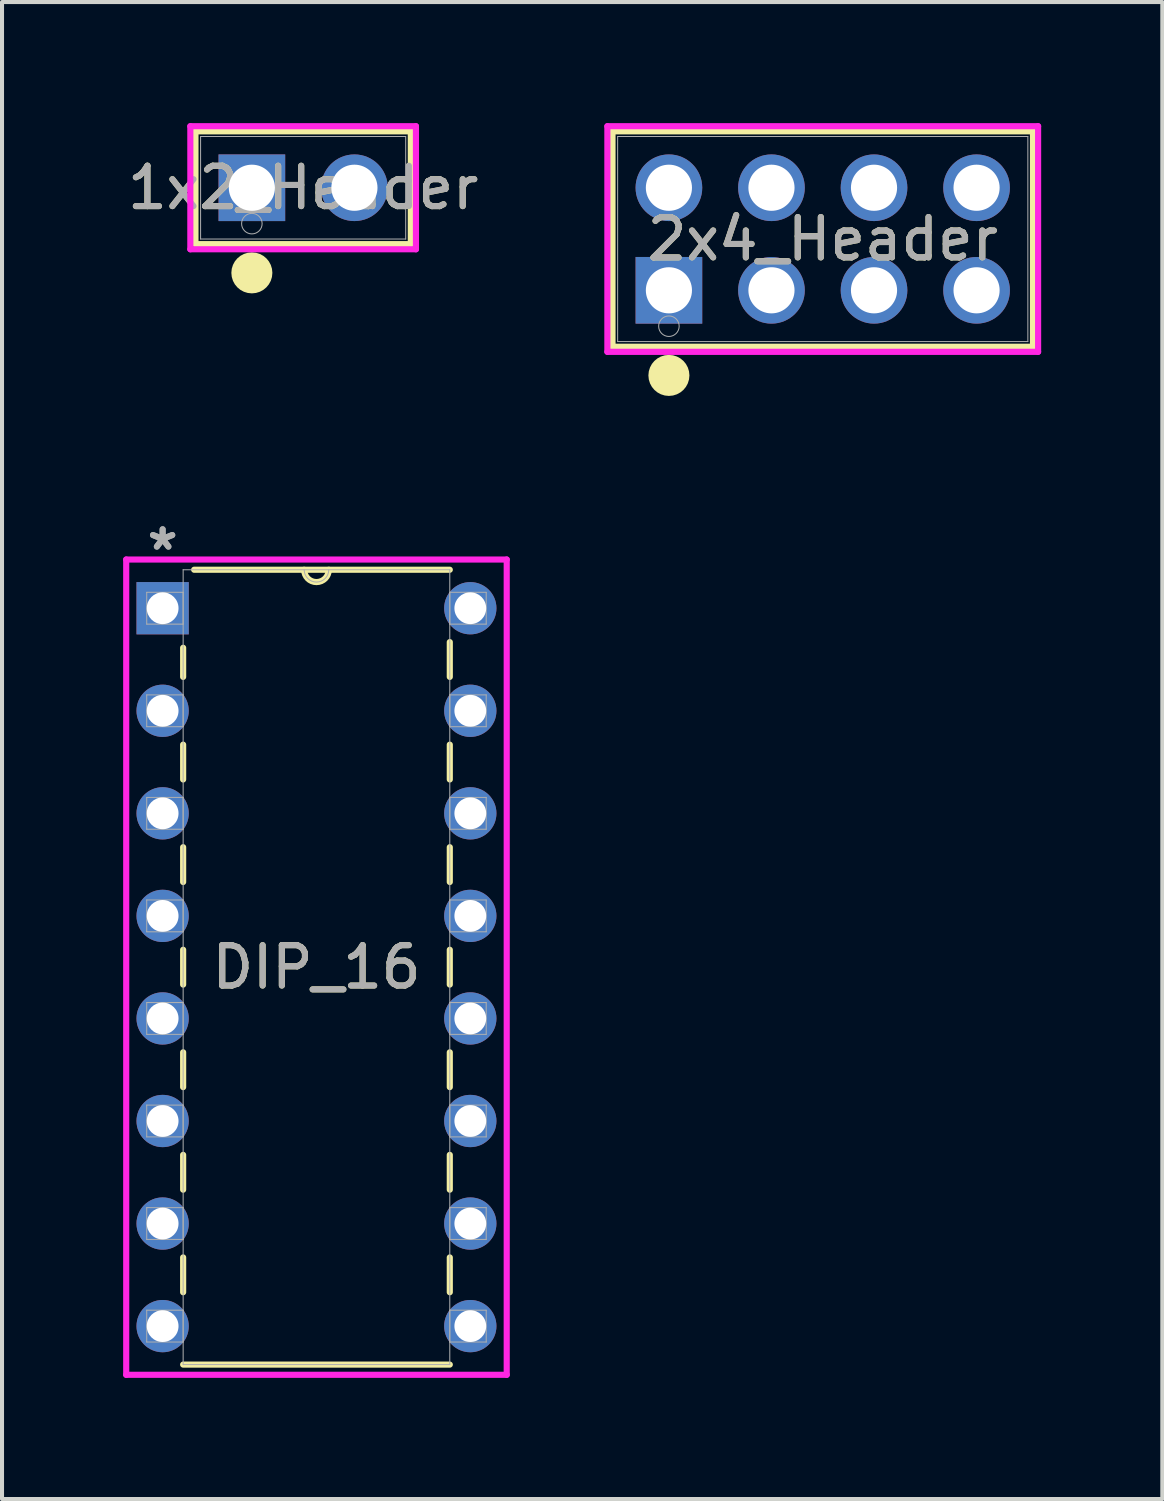
<source format=kicad_pcb>
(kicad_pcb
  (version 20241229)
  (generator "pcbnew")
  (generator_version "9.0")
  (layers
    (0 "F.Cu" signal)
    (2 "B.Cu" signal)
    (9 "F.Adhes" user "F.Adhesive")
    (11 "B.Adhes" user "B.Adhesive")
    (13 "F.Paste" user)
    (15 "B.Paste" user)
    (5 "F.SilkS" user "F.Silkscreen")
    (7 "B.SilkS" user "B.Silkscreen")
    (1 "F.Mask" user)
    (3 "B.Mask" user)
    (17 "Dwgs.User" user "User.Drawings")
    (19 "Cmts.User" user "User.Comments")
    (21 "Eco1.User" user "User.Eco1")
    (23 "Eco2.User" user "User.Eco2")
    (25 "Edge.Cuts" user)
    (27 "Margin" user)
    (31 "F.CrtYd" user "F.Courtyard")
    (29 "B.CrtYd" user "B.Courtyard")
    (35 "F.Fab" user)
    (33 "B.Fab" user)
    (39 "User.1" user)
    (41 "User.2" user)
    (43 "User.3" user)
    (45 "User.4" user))
  (footprint "2x4_Header"
    (layer "F.Cu")
    (at 13.517 4.14)
    (property "Reference" "2x4_Header" (at 3.81 -1.27 0) (unlocked yes) (layer "F.SilkS") (effects (font (size 1 1) (thickness 0.15))))
    (attr through_hole)
    (fp_line (start -1.397 -3.937) (end -1.397 1.397) (stroke (width 0.152) (type solid)) (layer "F.SilkS"))
    (fp_line (start -1.397 1.397) (end 9.017 1.397) (stroke (width 0.152) (type solid)) (layer "F.SilkS"))
    (fp_line (start 9.017 -3.937) (end -1.397 -3.937) (stroke (width 0.152) (type solid)) (layer "F.SilkS"))
    (fp_line (start 9.017 1.397) (end 9.017 -3.937) (stroke (width 0.152) (type solid)) (layer "F.SilkS"))
    (fp_circle (center 0 2.108) (end 0.254 2.108) (stroke (width 0.508) (type solid)) (fill no) (layer "F.SilkS"))
    (fp_line (start -1.524 -4.064) (end -1.524 1.524) (stroke (width 0.152) (type solid)) (layer "F.CrtYd"))
    (fp_line (start -1.524 1.524) (end 9.144 1.524) (stroke (width 0.152) (type solid)) (layer "F.CrtYd"))
    (fp_line (start 9.144 -4.064) (end -1.524 -4.064) (stroke (width 0.152) (type solid)) (layer "F.CrtYd"))
    (fp_line (start 9.144 1.524) (end 9.144 -4.064) (stroke (width 0.152) (type solid)) (layer "F.CrtYd"))
    (fp_line (start -1.27 -3.81) (end -1.27 1.27) (stroke (width 0.025) (type solid)) (layer "F.Fab"))
    (fp_line (start -1.27 1.27) (end 8.89 1.27) (stroke (width 0.025) (type solid)) (layer "F.Fab"))
    (fp_line (start 8.89 -3.81) (end -1.27 -3.81) (stroke (width 0.025) (type solid)) (layer "F.Fab"))
    (fp_line (start 8.89 1.27) (end 8.89 -3.81) (stroke (width 0.025) (type solid)) (layer "F.Fab"))
    (fp_circle (center 0 0.889) (end 0.254 0.889) (stroke (width 0.025) (type solid)) (fill no) (layer "F.Fab"))
    (fp_text user "${REFERENCE}" (at 3.81 -1.27 0) (unlocked yes) (layer "F.Fab") (effects (font (size 1 1) (thickness 0.15))))
    (pad "1" thru_hole rect (at 0 0) (size 1.651 1.651) (drill 1.143) (layers "*.Cu" "*.Mask"))
    (pad "2" thru_hole circle (at 0 -2.54) (size 1.651 1.651) (drill 1.143) (layers "*.Cu" "*.Mask"))
    (pad "3" thru_hole circle (at 2.54 0) (size 1.651 1.651) (drill 1.143) (layers "*.Cu" "*.Mask"))
    (pad "4" thru_hole circle (at 2.54 -2.54) (size 1.651 1.651) (drill 1.143) (layers "*.Cu" "*.Mask"))
    (pad "5" thru_hole circle (at 5.08 0) (size 1.651 1.651) (drill 1.143) (layers "*.Cu" "*.Mask"))
    (pad "6" thru_hole circle (at 5.08 -2.54) (size 1.651 1.651) (drill 1.143) (layers "*.Cu" "*.Mask"))
    (pad "7" thru_hole circle (at 7.62 0) (size 1.651 1.651) (drill 1.143) (layers "*.Cu" "*.Mask"))
    (pad "8" thru_hole circle (at 7.62 -2.54) (size 1.651 1.651) (drill 1.143) (layers "*.Cu" "*.Mask")))
  (footprint "1x2_Header"
    (layer "F.Cu")
    (at 3.188 1.6)
    (property "Reference" "1x2_Header" (at 1.27 0 0) (unlocked yes) (layer "F.SilkS") (effects (font (size 1 1) (thickness 0.15))))
    (attr through_hole)
    (fp_line (start -1.397 -1.397) (end -1.397 1.397) (stroke (width 0.152) (type solid)) (layer "F.SilkS"))
    (fp_line (start -1.397 1.397) (end 3.937 1.397) (stroke (width 0.152) (type solid)) (layer "F.SilkS"))
    (fp_line (start 3.937 -1.397) (end -1.397 -1.397) (stroke (width 0.152) (type solid)) (layer "F.SilkS"))
    (fp_line (start 3.937 1.397) (end 3.937 -1.397) (stroke (width 0.152) (type solid)) (layer "F.SilkS"))
    (fp_circle (center 0 2.108) (end 0.254 2.108) (stroke (width 0.508) (type solid)) (fill no) (layer "F.SilkS"))
    (fp_line (start -1.524 -1.524) (end -1.524 1.524) (stroke (width 0.152) (type solid)) (layer "F.CrtYd"))
    (fp_line (start -1.524 1.524) (end 4.064 1.524) (stroke (width 0.152) (type solid)) (layer "F.CrtYd"))
    (fp_line (start 4.064 -1.524) (end -1.524 -1.524) (stroke (width 0.152) (type solid)) (layer "F.CrtYd"))
    (fp_line (start 4.064 1.524) (end 4.064 -1.524) (stroke (width 0.152) (type solid)) (layer "F.CrtYd"))
    (fp_line (start -1.27 -1.27) (end -1.27 1.27) (stroke (width 0.025) (type solid)) (layer "F.Fab"))
    (fp_line (start -1.27 1.27) (end 3.81 1.27) (stroke (width 0.025) (type solid)) (layer "F.Fab"))
    (fp_line (start 3.81 -1.27) (end -1.27 -1.27) (stroke (width 0.025) (type solid)) (layer "F.Fab"))
    (fp_line (start 3.81 1.27) (end 3.81 -1.27) (stroke (width 0.025) (type solid)) (layer "F.Fab"))
    (fp_circle (center 0 0.889) (end 0.254 0.889) (stroke (width 0.025) (type solid)) (fill no) (layer "F.Fab"))
    (fp_text user "${REFERENCE}" (at 1.27 0 0) (unlocked yes) (layer "F.Fab") (effects (font (size 1 1) (thickness 0.15))))
    (pad "1" thru_hole rect (at 0 0) (size 1.651 1.651) (drill 1.143) (layers "*.Cu" "*.Mask"))
    (pad "2" thru_hole circle (at 2.54 0) (size 1.651 1.651) (drill 1.143) (layers "*.Cu" "*.Mask")))
  (footprint "DIP_16"
    (layer "F.Cu")
    (at 8.598 29.794)
    (property "Reference" "DIP_16" (at -3.81 -8.89 0) (unlocked yes) (layer "F.SilkS") (effects (font (size 1 1) (thickness 0.15))))
    (attr through_hole)
    (fp_line (start -7.112 -16.8) (end -7.112 -16.079) (stroke (width 0.152) (type solid)) (layer "F.SilkS"))
    (fp_line (start -7.112 -14.401) (end -7.112 -13.539) (stroke (width 0.152) (type solid)) (layer "F.SilkS"))
    (fp_line (start -7.112 -11.861) (end -7.112 -10.999) (stroke (width 0.152) (type solid)) (layer "F.SilkS"))
    (fp_line (start -7.112 -9.321) (end -7.112 -8.459) (stroke (width 0.152) (type solid)) (layer "F.SilkS"))
    (fp_line (start -7.112 -6.781) (end -7.112 -5.919) (stroke (width 0.152) (type solid)) (layer "F.SilkS"))
    (fp_line (start -7.112 -4.241) (end -7.112 -3.379) (stroke (width 0.152) (type solid)) (layer "F.SilkS"))
    (fp_line (start -7.112 -1.701) (end -7.112 -0.839) (stroke (width 0.152) (type solid)) (layer "F.SilkS"))
    (fp_line (start -7.112 0.953) (end -0.508 0.953) (stroke (width 0.152) (type solid)) (layer "F.SilkS"))
    (fp_line (start -0.508 -18.733) (end -6.839 -18.733) (stroke (width 0.152) (type solid)) (layer "F.SilkS"))
    (fp_line (start -0.508 -16.079) (end -0.508 -16.941) (stroke (width 0.152) (type solid)) (layer "F.SilkS"))
    (fp_line (start -0.508 -13.539) (end -0.508 -14.401) (stroke (width 0.152) (type solid)) (layer "F.SilkS"))
    (fp_line (start -0.508 -10.999) (end -0.508 -11.861) (stroke (width 0.152) (type solid)) (layer "F.SilkS"))
    (fp_line (start -0.508 -8.459) (end -0.508 -9.321) (stroke (width 0.152) (type solid)) (layer "F.SilkS"))
    (fp_line (start -0.508 -5.919) (end -0.508 -6.781) (stroke (width 0.152) (type solid)) (layer "F.SilkS"))
    (fp_line (start -0.508 -3.379) (end -0.508 -4.241) (stroke (width 0.152) (type solid)) (layer "F.SilkS"))
    (fp_line (start -0.508 -0.839) (end -0.508 -1.701) (stroke (width 0.152) (type solid)) (layer "F.SilkS"))
    (fp_arc (start -3.5052 -18.7325) (mid -3.81 -18.4277) (end -4.1148 -18.7325) (stroke (width 0.1524) (type solid)) (layer "F.SilkS"))
    (fp_line (start -8.522 -18.986) (end -8.522 1.206) (stroke (width 0.152) (type solid)) (layer "F.CrtYd"))
    (fp_line (start -8.522 1.206) (end 0.902 1.206) (stroke (width 0.152) (type solid)) (layer "F.CrtYd"))
    (fp_line (start 0.902 -18.986) (end -8.522 -18.986) (stroke (width 0.152) (type solid)) (layer "F.CrtYd"))
    (fp_line (start 0.902 1.206) (end 0.902 -18.986) (stroke (width 0.152) (type solid)) (layer "F.CrtYd"))
    (fp_line (start -8.014 -18.174) (end -8.014 -17.386) (stroke (width 0.025) (type solid)) (layer "F.Fab"))
    (fp_line (start -8.014 -17.386) (end -7.112 -17.386) (stroke (width 0.025) (type solid)) (layer "F.Fab"))
    (fp_line (start -8.014 -15.634) (end -8.014 -14.846) (stroke (width 0.025) (type solid)) (layer "F.Fab"))
    (fp_line (start -8.014 -14.846) (end -7.112 -14.846) (stroke (width 0.025) (type solid)) (layer "F.Fab"))
    (fp_line (start -8.014 -13.094) (end -8.014 -12.306) (stroke (width 0.025) (type solid)) (layer "F.Fab"))
    (fp_line (start -8.014 -12.306) (end -7.112 -12.306) (stroke (width 0.025) (type solid)) (layer "F.Fab"))
    (fp_line (start -8.014 -10.554) (end -8.014 -9.766) (stroke (width 0.025) (type solid)) (layer "F.Fab"))
    (fp_line (start -8.014 -9.766) (end -7.112 -9.766) (stroke (width 0.025) (type solid)) (layer "F.Fab"))
    (fp_line (start -8.014 -8.014) (end -8.014 -7.226) (stroke (width 0.025) (type solid)) (layer "F.Fab"))
    (fp_line (start -8.014 -7.226) (end -7.112 -7.226) (stroke (width 0.025) (type solid)) (layer "F.Fab"))
    (fp_line (start -8.014 -5.474) (end -8.014 -4.686) (stroke (width 0.025) (type solid)) (layer "F.Fab"))
    (fp_line (start -8.014 -4.686) (end -7.112 -4.686) (stroke (width 0.025) (type solid)) (layer "F.Fab"))
    (fp_line (start -8.014 -2.934) (end -8.014 -2.146) (stroke (width 0.025) (type solid)) (layer "F.Fab"))
    (fp_line (start -8.014 -2.146) (end -7.112 -2.146) (stroke (width 0.025) (type solid)) (layer "F.Fab"))
    (fp_line (start -8.014 -0.394) (end -8.014 0.394) (stroke (width 0.025) (type solid)) (layer "F.Fab"))
    (fp_line (start -8.014 0.394) (end -7.112 0.394) (stroke (width 0.025) (type solid)) (layer "F.Fab"))
    (fp_line (start -7.112 -18.733) (end -7.112 0.953) (stroke (width 0.025) (type solid)) (layer "F.Fab"))
    (fp_line (start -7.112 -18.174) (end -8.014 -18.174) (stroke (width 0.025) (type solid)) (layer "F.Fab"))
    (fp_line (start -7.112 -17.386) (end -7.112 -18.174) (stroke (width 0.025) (type solid)) (layer "F.Fab"))
    (fp_line (start -7.112 -15.634) (end -8.014 -15.634) (stroke (width 0.025) (type solid)) (layer "F.Fab"))
    (fp_line (start -7.112 -14.846) (end -7.112 -15.634) (stroke (width 0.025) (type solid)) (layer "F.Fab"))
    (fp_line (start -7.112 -13.094) (end -8.014 -13.094) (stroke (width 0.025) (type solid)) (layer "F.Fab"))
    (fp_line (start -7.112 -12.306) (end -7.112 -13.094) (stroke (width 0.025) (type solid)) (layer "F.Fab"))
    (fp_line (start -7.112 -10.554) (end -8.014 -10.554) (stroke (width 0.025) (type solid)) (layer "F.Fab"))
    (fp_line (start -7.112 -9.766) (end -7.112 -10.554) (stroke (width 0.025) (type solid)) (layer "F.Fab"))
    (fp_line (start -7.112 -8.014) (end -8.014 -8.014) (stroke (width 0.025) (type solid)) (layer "F.Fab"))
    (fp_line (start -7.112 -7.226) (end -7.112 -8.014) (stroke (width 0.025) (type solid)) (layer "F.Fab"))
    (fp_line (start -7.112 -5.474) (end -8.014 -5.474) (stroke (width 0.025) (type solid)) (layer "F.Fab"))
    (fp_line (start -7.112 -4.686) (end -7.112 -5.474) (stroke (width 0.025) (type solid)) (layer "F.Fab"))
    (fp_line (start -7.112 -2.934) (end -8.014 -2.934) (stroke (width 0.025) (type solid)) (layer "F.Fab"))
    (fp_line (start -7.112 -2.146) (end -7.112 -2.934) (stroke (width 0.025) (type solid)) (layer "F.Fab"))
    (fp_line (start -7.112 -0.394) (end -8.014 -0.394) (stroke (width 0.025) (type solid)) (layer "F.Fab"))
    (fp_line (start -7.112 0.394) (end -7.112 -0.394) (stroke (width 0.025) (type solid)) (layer "F.Fab"))
    (fp_line (start -7.112 0.953) (end -0.508 0.953) (stroke (width 0.025) (type solid)) (layer "F.Fab"))
    (fp_line (start -0.508 -18.733) (end -7.112 -18.733) (stroke (width 0.025) (type solid)) (layer "F.Fab"))
    (fp_line (start -0.508 -18.174) (end -0.508 -17.386) (stroke (width 0.025) (type solid)) (layer "F.Fab"))
    (fp_line (start -0.508 -17.386) (end 0.394 -17.386) (stroke (width 0.025) (type solid)) (layer "F.Fab"))
    (fp_line (start -0.508 -15.634) (end -0.508 -14.846) (stroke (width 0.025) (type solid)) (layer "F.Fab"))
    (fp_line (start -0.508 -14.846) (end 0.394 -14.846) (stroke (width 0.025) (type solid)) (layer "F.Fab"))
    (fp_line (start -0.508 -13.094) (end -0.508 -12.306) (stroke (width 0.025) (type solid)) (layer "F.Fab"))
    (fp_line (start -0.508 -12.306) (end 0.394 -12.306) (stroke (width 0.025) (type solid)) (layer "F.Fab"))
    (fp_line (start -0.508 -10.554) (end -0.508 -9.766) (stroke (width 0.025) (type solid)) (layer "F.Fab"))
    (fp_line (start -0.508 -9.766) (end 0.394 -9.766) (stroke (width 0.025) (type solid)) (layer "F.Fab"))
    (fp_line (start -0.508 -8.014) (end -0.508 -7.226) (stroke (width 0.025) (type solid)) (layer "F.Fab"))
    (fp_line (start -0.508 -7.226) (end 0.394 -7.226) (stroke (width 0.025) (type solid)) (layer "F.Fab"))
    (fp_line (start -0.508 -5.474) (end -0.508 -4.686) (stroke (width 0.025) (type solid)) (layer "F.Fab"))
    (fp_line (start -0.508 -4.686) (end 0.394 -4.686) (stroke (width 0.025) (type solid)) (layer "F.Fab"))
    (fp_line (start -0.508 -2.934) (end -0.508 -2.146) (stroke (width 0.025) (type solid)) (layer "F.Fab"))
    (fp_line (start -0.508 -2.146) (end 0.394 -2.146) (stroke (width 0.025) (type solid)) (layer "F.Fab"))
    (fp_line (start -0.508 -0.394) (end -0.508 0.394) (stroke (width 0.025) (type solid)) (layer "F.Fab"))
    (fp_line (start -0.508 0.394) (end 0.394 0.394) (stroke (width 0.025) (type solid)) (layer "F.Fab"))
    (fp_line (start -0.508 0.953) (end -0.508 -18.733) (stroke (width 0.025) (type solid)) (layer "F.Fab"))
    (fp_line (start 0.394 -18.174) (end -0.508 -18.174) (stroke (width 0.025) (type solid)) (layer "F.Fab"))
    (fp_line (start 0.394 -17.386) (end 0.394 -18.174) (stroke (width 0.025) (type solid)) (layer "F.Fab"))
    (fp_line (start 0.394 -15.634) (end -0.508 -15.634) (stroke (width 0.025) (type solid)) (layer "F.Fab"))
    (fp_line (start 0.394 -14.846) (end 0.394 -15.634) (stroke (width 0.025) (type solid)) (layer "F.Fab"))
    (fp_line (start 0.394 -13.094) (end -0.508 -13.094) (stroke (width 0.025) (type solid)) (layer "F.Fab"))
    (fp_line (start 0.394 -12.306) (end 0.394 -13.094) (stroke (width 0.025) (type solid)) (layer "F.Fab"))
    (fp_line (start 0.394 -10.554) (end -0.508 -10.554) (stroke (width 0.025) (type solid)) (layer "F.Fab"))
    (fp_line (start 0.394 -9.766) (end 0.394 -10.554) (stroke (width 0.025) (type solid)) (layer "F.Fab"))
    (fp_line (start 0.394 -8.014) (end -0.508 -8.014) (stroke (width 0.025) (type solid)) (layer "F.Fab"))
    (fp_line (start 0.394 -7.226) (end 0.394 -8.014) (stroke (width 0.025) (type solid)) (layer "F.Fab"))
    (fp_line (start 0.394 -5.474) (end -0.508 -5.474) (stroke (width 0.025) (type solid)) (layer "F.Fab"))
    (fp_line (start 0.394 -4.686) (end 0.394 -5.474) (stroke (width 0.025) (type solid)) (layer "F.Fab"))
    (fp_line (start 0.394 -2.934) (end -0.508 -2.934) (stroke (width 0.025) (type solid)) (layer "F.Fab"))
    (fp_line (start 0.394 -2.146) (end 0.394 -2.934) (stroke (width 0.025) (type solid)) (layer "F.Fab"))
    (fp_line (start 0.394 -0.394) (end -0.508 -0.394) (stroke (width 0.025) (type solid)) (layer "F.Fab"))
    (fp_line (start 0.394 0.394) (end 0.394 -0.394) (stroke (width 0.025) (type solid)) (layer "F.Fab"))
    (fp_arc (start -3.5052 -18.7325) (mid -3.81 -18.4277) (end -4.1148 -18.7325) (stroke (width 0.0254) (type solid)) (layer "F.Fab"))
    (fp_text user "*" (at -7.62 -19.19 0) (layer "F.Fab") (effects (font (size 1 1) (thickness 0.15))))
    (fp_text user "*" (at -7.62 -19.19 0) (unlocked yes) (layer "F.Fab") (effects (font (size 1 1) (thickness 0.15))))
    (fp_text user "${REFERENCE}" (at -3.81 -8.89 0) (unlocked yes) (layer "F.Fab") (effects (font (size 1 1) (thickness 0.15))))
    (pad "1" thru_hole rect (at -7.62 -17.78) (size 1.295 1.295) (drill 0.787) (layers "*.Cu" "*.Mask"))
    (pad "2" thru_hole circle (at -7.62 -15.24) (size 1.295 1.295) (drill 0.787) (layers "*.Cu" "*.Mask"))
    (pad "3" thru_hole circle (at -7.62 -12.7) (size 1.295 1.295) (drill 0.787) (layers "*.Cu" "*.Mask"))
    (pad "4" thru_hole circle (at -7.62 -10.16) (size 1.295 1.295) (drill 0.787) (layers "*.Cu" "*.Mask"))
    (pad "5" thru_hole circle (at -7.62 -7.62) (size 1.295 1.295) (drill 0.787) (layers "*.Cu" "*.Mask"))
    (pad "6" thru_hole circle (at -7.62 -5.08) (size 1.295 1.295) (drill 0.787) (layers "*.Cu" "*.Mask"))
    (pad "7" thru_hole circle (at -7.62 -2.54) (size 1.295 1.295) (drill 0.787) (layers "*.Cu" "*.Mask"))
    (pad "8" thru_hole circle (at -7.62 0) (size 1.295 1.295) (drill 0.787) (layers "*.Cu" "*.Mask"))
    (pad "9" thru_hole circle (at 0 0) (size 1.295 1.295) (drill 0.787) (layers "*.Cu" "*.Mask"))
    (pad "10" thru_hole circle (at 0 -2.54) (size 1.295 1.295) (drill 0.787) (layers "*.Cu" "*.Mask"))
    (pad "11" thru_hole circle (at 0 -5.08) (size 1.295 1.295) (drill 0.787) (layers "*.Cu" "*.Mask"))
    (pad "12" thru_hole circle (at 0 -7.62) (size 1.295 1.295) (drill 0.787) (layers "*.Cu" "*.Mask"))
    (pad "13" thru_hole circle (at 0 -10.16) (size 1.295 1.295) (drill 0.787) (layers "*.Cu" "*.Mask"))
    (pad "14" thru_hole circle (at 0 -12.7) (size 1.295 1.295) (drill 0.787) (layers "*.Cu" "*.Mask"))
    (pad "15" thru_hole circle (at 0 -15.24) (size 1.295 1.295) (drill 0.787) (layers "*.Cu" "*.Mask"))
    (pad "16" thru_hole circle (at 0 -17.78) (size 1.295 1.295) (drill 0.787) (layers "*.Cu" "*.Mask")))
  (gr_rect
    (start -3 -3)
    (end 25.737 34.077)
    (stroke (width 0.1) (type default))
    (fill no)
    (layer "Edge.Cuts")))
</source>
